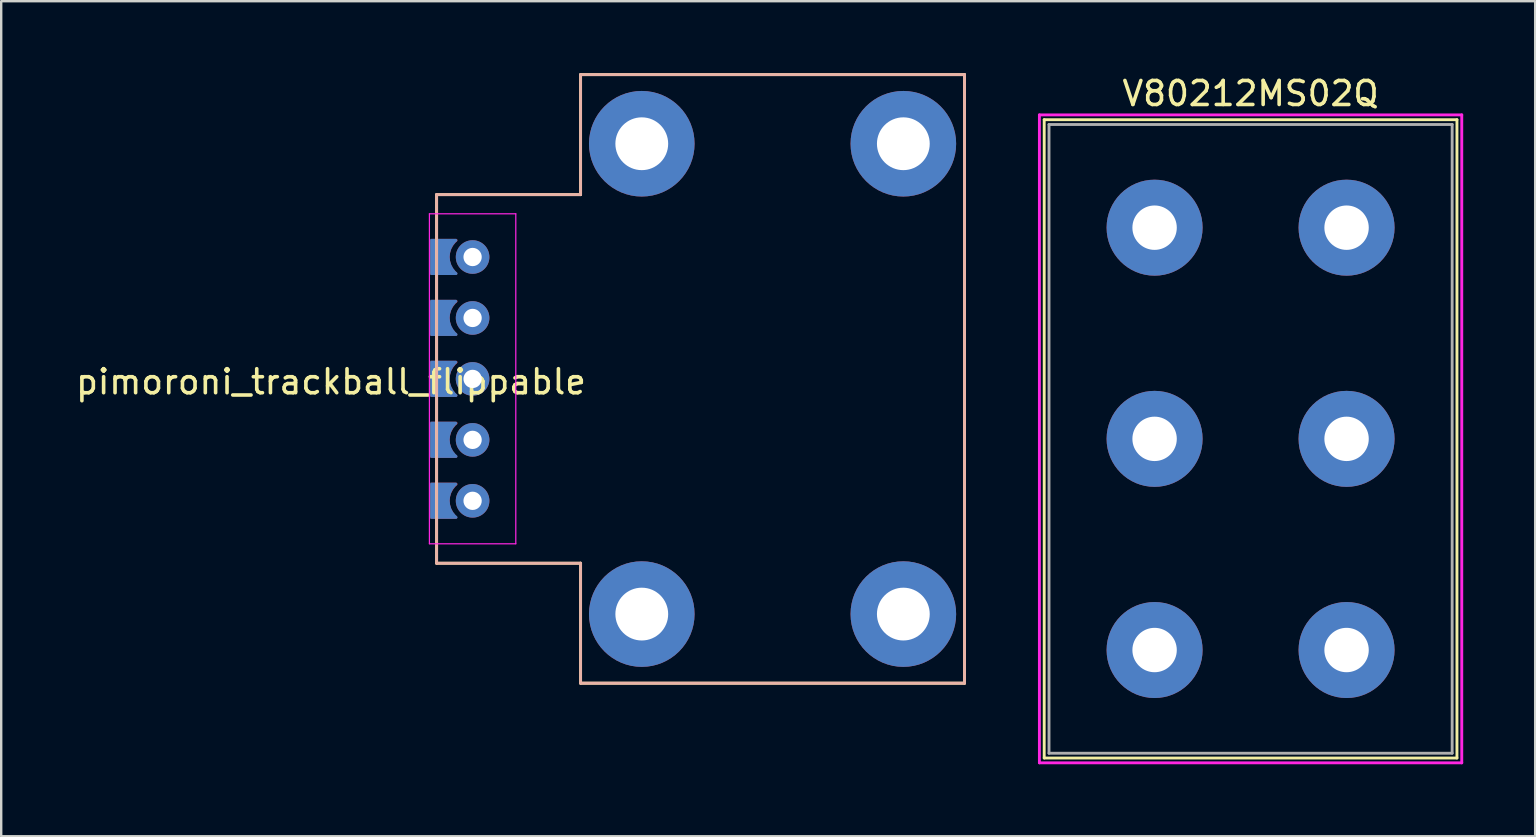
<source format=kicad_pcb>
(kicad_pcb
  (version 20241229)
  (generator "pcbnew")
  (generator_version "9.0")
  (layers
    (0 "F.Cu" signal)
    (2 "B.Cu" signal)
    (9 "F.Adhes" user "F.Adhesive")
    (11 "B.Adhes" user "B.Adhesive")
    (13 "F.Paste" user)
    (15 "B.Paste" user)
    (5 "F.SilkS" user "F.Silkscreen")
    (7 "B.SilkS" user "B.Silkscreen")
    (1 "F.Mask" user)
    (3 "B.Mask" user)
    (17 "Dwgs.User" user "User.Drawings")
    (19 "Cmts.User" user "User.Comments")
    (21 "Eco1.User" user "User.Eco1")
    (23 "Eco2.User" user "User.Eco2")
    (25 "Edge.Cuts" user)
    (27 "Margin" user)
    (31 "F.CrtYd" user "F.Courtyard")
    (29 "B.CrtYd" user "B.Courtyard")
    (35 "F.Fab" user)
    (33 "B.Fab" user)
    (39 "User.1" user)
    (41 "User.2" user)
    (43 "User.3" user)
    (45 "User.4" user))
  (footprint "V80212MS02Q"
    (layer "F.Cu")
    (at 49.064 15.238)
    (property "Reference" "V80212MS02Q" (at 0 -14.39 0) (layer "F.SilkS") (effects (font (size 1 1) (thickness 0.15))))
    (attr through_hole)
    (fp_line (start -8.6 -13.3) (end -8.6 13.3) (stroke (width 0.12) (type solid)) (layer "F.SilkS"))
    (fp_line (start -8.6 13.3) (end 8.6 13.3) (stroke (width 0.12) (type solid)) (layer "F.SilkS"))
    (fp_line (start 8.6 -13.3) (end -8.6 -13.3) (stroke (width 0.12) (type solid)) (layer "F.SilkS"))
    (fp_line (start 8.6 13.3) (end 8.6 -13.3) (stroke (width 0.12) (type solid)) (layer "F.SilkS"))
    (fp_line (start -8.8 -13.5) (end -8.8 13.5) (stroke (width 0.12) (type solid)) (layer "F.CrtYd"))
    (fp_line (start -8.8 13.5) (end 8.8 13.5) (stroke (width 0.12) (type solid)) (layer "F.CrtYd"))
    (fp_line (start 8.8 -13.5) (end -8.8 -13.5) (stroke (width 0.12) (type solid)) (layer "F.CrtYd"))
    (fp_line (start 8.8 13.5) (end 8.8 -13.5) (stroke (width 0.12) (type solid)) (layer "F.CrtYd"))
    (fp_line (start -8.4 -13.1) (end 8.4 -13.1) (stroke (width 0.12) (type solid)) (layer "F.Fab"))
    (fp_line (start -8.4 13.1) (end -8.4 -13.1) (stroke (width 0.12) (type solid)) (layer "F.Fab"))
    (fp_line (start 8.4 13.1) (end -8.4 13.1) (stroke (width 0.12) (type solid)) (layer "F.Fab"))
    (fp_line (start 8.4 13.1) (end 8.4 -13.1) (stroke (width 0.12) (type solid)) (layer "F.Fab"))
    (pad "1" thru_hole circle (at -4 -8.8) (size 4 4) (drill 1.85) (layers "*.Cu" "*.Mask"))
    (pad "2" thru_hole circle (at -4 0) (size 4 4) (drill 1.85) (layers "*.Cu" "*.Mask"))
    (pad "3" thru_hole circle (at -4 8.8) (size 4 4) (drill 1.85) (layers "*.Cu" "*.Mask"))
    (pad "4" thru_hole circle (at 4 -8.8) (size 4 4) (drill 1.85) (layers "*.Cu" "*.Mask"))
    (pad "5" thru_hole circle (at 4 0) (size 4 4) (drill 1.85) (layers "*.Cu" "*.Mask"))
    (pad "6" thru_hole circle (at 4 8.8) (size 4 4) (drill 1.85) (layers "*.Cu" "*.Mask")))
  (footprint "pimoroni_trackball_flippable"
    (layer "F.Cu")
    (at 29.144 12.74)
    (property "Reference" "pimoroni_trackball_flippable" (at -18.4 0.12 0) (layer "F.SilkS") (effects (font (size 1 1) (thickness 0.15))))
    (attr through_hole)
    (fp_line (start -14 -7.68) (end -14 7.68) (stroke (width 0.12) (type solid)) (layer "F.SilkS"))
    (fp_line (start -14 -7.68) (end -8 -7.68) (stroke (width 0.12) (type solid)) (layer "F.SilkS"))
    (fp_line (start -14 7.68) (end -8 7.68) (stroke (width 0.12) (type solid)) (layer "F.SilkS"))
    (fp_line (start -8 -12.68) (end 8 -12.68) (stroke (width 0.12) (type solid)) (layer "F.SilkS"))
    (fp_line (start -8 -7.68) (end -8 -12.68) (stroke (width 0.12) (type solid)) (layer "F.SilkS"))
    (fp_line (start -8 7.68) (end -8 12.68) (stroke (width 0.12) (type solid)) (layer "F.SilkS"))
    (fp_line (start 8 12.68) (end -8 12.68) (stroke (width 0.12) (type solid)) (layer "F.SilkS"))
    (fp_line (start 8 12.68) (end 8 -12.68) (stroke (width 0.12) (type solid)) (layer "F.SilkS"))
    (fp_line (start -14 -7.68) (end -8 -7.68) (stroke (width 0.12) (type solid)) (layer "B.SilkS"))
    (fp_line (start -14 7.68) (end -14 -7.68) (stroke (width 0.12) (type solid)) (layer "B.SilkS"))
    (fp_line (start -14 7.68) (end -8 7.68) (stroke (width 0.12) (type solid)) (layer "B.SilkS"))
    (fp_line (start -8 -7.68) (end -8 -12.68) (stroke (width 0.12) (type solid)) (layer "B.SilkS"))
    (fp_line (start -8 7.68) (end -8 12.68) (stroke (width 0.12) (type solid)) (layer "B.SilkS"))
    (fp_line (start -8 12.68) (end 8 12.68) (stroke (width 0.12) (type solid)) (layer "B.SilkS"))
    (fp_line (start 8 -12.68) (end -8 -12.68) (stroke (width 0.12) (type solid)) (layer "B.SilkS"))
    (fp_line (start 8 -12.68) (end 8 12.68) (stroke (width 0.12) (type solid)) (layer "B.SilkS"))
    (fp_line (start -14.3 -6.88) (end -14.3 6.87) (stroke (width 0.05) (type solid)) (layer "F.CrtYd"))
    (fp_line (start -14.3 6.87) (end -10.7 6.87) (stroke (width 0.05) (type solid)) (layer "F.CrtYd"))
    (fp_line (start -10.7 -6.88) (end -14.3 -6.88) (stroke (width 0.05) (type solid)) (layer "F.CrtYd"))
    (fp_line (start -10.7 6.87) (end -10.7 -6.88) (stroke (width 0.05) (type solid)) (layer "F.CrtYd"))
    (pad "" smd custom (at -13.858 2.533) (size 0.8 1.5) (layers "B.Cu" "B.Mask") (options (anchor rect)) (primitives (gr_poly (pts (xy 0.56 -0.67) (xy 0.34 -0.67) (xy 0.34 -0.3)) (width 0.1) (fill yes)) (gr_line (start 0.67 0.697) (end -0.35 0.697) (width 0.12)) (gr_poly (pts (xy 0.54 0.67) (xy 0.32 0.67) (xy 0.32 0.3)) (width 0.1) (fill yes)) (gr_line (start -0.35 0.697) (end -0.35 -0.69) (width 0.12)) (gr_arc (start 0.67 0.697) (mid 0.346836 0.006416) (end 0.660264 -0.68864) (width 0.12)) (gr_line (start -0.35 -0.69) (end 0.66 -0.69) (width 0.12))))
    (pad "" smd custom (at -13.857 -2.538) (size 0.8 1.5) (layers "F.Cu" "F.Mask") (options (anchor rect)) (primitives (gr_poly (pts (xy 0.56 0.67) (xy 0.34 0.67) (xy 0.34 0.3)) (width 0.1) (fill yes)) (gr_line (start 0.67 -0.697) (end -0.35 -0.697) (width 0.12)) (gr_poly (pts (xy 0.54 -0.67) (xy 0.32 -0.67) (xy 0.32 -0.3)) (width 0.1) (fill yes)) (gr_line (start -0.35 -0.697) (end -0.35 0.69) (width 0.12)) (gr_arc (start 0.660264 0.68864) (mid 0.346837 -0.006416) (end 0.67 -0.697) (width 0.12)) (gr_line (start -0.35 0.69) (end 0.66 0.69) (width 0.12))))
    (pad "" thru_hole circle (at -12.5 -5.08) (size 1.4 1.4) (drill 0.762) (layers "*.Cu" "*.Mask"))
    (pad "" thru_hole circle (at -12.5 -2.54) (size 1.4 1.4) (drill 0.762) (layers "*.Cu" "*.Mask"))
    (pad "" thru_hole circle (at -12.5 0) (size 1.4 1.4) (drill 0.762) (layers "*.Cu" "*.Mask"))
    (pad "" thru_hole circle (at -12.5 2.54) (size 1.4 1.4) (drill 0.762) (layers "*.Cu" "*.Mask"))
    (pad "" thru_hole circle (at -12.5 5.08) (size 1.4 1.4) (drill 0.762) (layers "*.Cu" "*.Mask"))
    (pad "" thru_hole circle (at -5.45 -9.8 180) (size 4.4 4.4) (drill 2.2) (layers "*.Cu" "*.Mask"))
    (pad "" thru_hole circle (at -5.45 9.8) (size 4.4 4.4) (drill 2.2) (layers "*.Cu" "*.Mask"))
    (pad "" thru_hole circle (at 5.45 -9.8 180) (size 4.4 4.4) (drill 2.2) (layers "*.Cu" "*.Mask"))
    (pad "" thru_hole circle (at 5.45 9.8) (size 4.4 4.4) (drill 2.2) (layers "*.Cu" "*.Mask"))
    (pad "1" smd custom (at -13.858 -5.087) (size 0.8 1.5) (layers "B.Cu" "B.Mask") (options (anchor rect)) (primitives (gr_poly (pts (xy 0.56 -0.67) (xy 0.34 -0.67) (xy 0.34 -0.3)) (width 0.1) (fill yes)) (gr_line (start 0.67 0.697) (end -0.35 0.697) (width 0.12)) (gr_poly (pts (xy 0.54 0.67) (xy 0.32 0.67) (xy 0.32 0.3)) (width 0.1) (fill yes)) (gr_line (start -0.35 0.697) (end -0.35 -0.69) (width 0.12)) (gr_arc (start 0.67 0.697) (mid 0.346836 0.006416) (end 0.660264 -0.68864) (width 0.12)) (gr_line (start -0.35 -0.69) (end 0.66 -0.69) (width 0.12))))
    (pad "1" smd custom (at -13.857 5.082) (size 0.8 1.5) (layers "F.Cu" "F.Mask") (options (anchor rect)) (primitives (gr_poly (pts (xy 0.56 0.67) (xy 0.34 0.67) (xy 0.34 0.3)) (width 0.1) (fill yes)) (gr_line (start 0.67 -0.697) (end -0.35 -0.697) (width 0.12)) (gr_poly (pts (xy 0.54 -0.67) (xy 0.32 -0.67) (xy 0.32 -0.3)) (width 0.1) (fill yes)) (gr_line (start -0.35 -0.697) (end -0.35 0.69) (width 0.12)) (gr_arc (start 0.660264 0.68864) (mid 0.346837 -0.006416) (end 0.67 -0.697) (width 0.12)) (gr_line (start -0.35 0.69) (end 0.66 0.69) (width 0.12))))
    (pad "2" smd custom (at -13.858 -2.547) (size 0.8 1.5) (layers "B.Cu" "B.Mask") (options (anchor rect)) (primitives (gr_poly (pts (xy 0.56 -0.67) (xy 0.34 -0.67) (xy 0.34 -0.3)) (width 0.1) (fill yes)) (gr_line (start 0.67 0.697) (end -0.35 0.697) (width 0.12)) (gr_poly (pts (xy 0.54 0.67) (xy 0.32 0.67) (xy 0.32 0.3)) (width 0.1) (fill yes)) (gr_line (start -0.35 0.697) (end -0.35 -0.69) (width 0.12)) (gr_arc (start 0.67 0.697) (mid 0.346836 0.006416) (end 0.660264 -0.68864) (width 0.12)) (gr_line (start -0.35 -0.69) (end 0.66 -0.69) (width 0.12))))
    (pad "2" smd custom (at -13.857 2.542) (size 0.8 1.5) (layers "F.Cu" "F.Mask") (options (anchor rect)) (primitives (gr_poly (pts (xy 0.56 0.67) (xy 0.34 0.67) (xy 0.34 0.3)) (width 0.1) (fill yes)) (gr_line (start 0.67 -0.697) (end -0.35 -0.697) (width 0.12)) (gr_poly (pts (xy 0.54 -0.67) (xy 0.32 -0.67) (xy 0.32 -0.3)) (width 0.1) (fill yes)) (gr_line (start -0.35 -0.697) (end -0.35 0.69) (width 0.12)) (gr_arc (start 0.660264 0.68864) (mid 0.346837 -0.006416) (end 0.67 -0.697) (width 0.12)) (gr_line (start -0.35 0.69) (end 0.66 0.69) (width 0.12))))
    (pad "3" smd custom (at -13.858 -0.007) (size 0.8 1.5) (layers "B.Cu" "B.Mask") (options (anchor rect)) (primitives (gr_poly (pts (xy 0.56 -0.67) (xy 0.34 -0.67) (xy 0.34 -0.3)) (width 0.1) (fill yes)) (gr_line (start 0.67 0.697) (end -0.35 0.697) (width 0.12)) (gr_poly (pts (xy 0.54 0.67) (xy 0.32 0.67) (xy 0.32 0.3)) (width 0.1) (fill yes)) (gr_line (start -0.35 0.697) (end -0.35 -0.69) (width 0.12)) (gr_arc (start 0.67 0.697) (mid 0.346836 0.006416) (end 0.660264 -0.68864) (width 0.12)) (gr_line (start -0.35 -0.69) (end 0.66 -0.69) (width 0.12))))
    (pad "3" smd custom (at -13.857 0.002) (size 0.8 1.5) (layers "F.Cu" "F.Mask") (options (anchor rect)) (primitives (gr_poly (pts (xy 0.56 0.67) (xy 0.34 0.67) (xy 0.34 0.3)) (width 0.1) (fill yes)) (gr_line (start 0.67 -0.697) (end -0.35 -0.697) (width 0.12)) (gr_poly (pts (xy 0.54 -0.67) (xy 0.32 -0.67) (xy 0.32 -0.3)) (width 0.1) (fill yes)) (gr_line (start -0.35 -0.697) (end -0.35 0.69) (width 0.12)) (gr_arc (start 0.660264 0.68864) (mid 0.346837 -0.006416) (end 0.67 -0.697) (width 0.12)) (gr_line (start -0.35 0.69) (end 0.66 0.69) (width 0.12))))
    (pad "5" smd custom (at -13.858 5.073) (size 0.8 1.5) (layers "B.Cu" "B.Mask") (options (anchor rect)) (primitives (gr_poly (pts (xy 0.56 -0.67) (xy 0.34 -0.67) (xy 0.34 -0.3)) (width 0.1) (fill yes)) (gr_line (start 0.67 0.697) (end -0.35 0.697) (width 0.12)) (gr_poly (pts (xy 0.54 0.67) (xy 0.32 0.67) (xy 0.32 0.3)) (width 0.1) (fill yes)) (gr_line (start -0.35 0.697) (end -0.35 -0.69) (width 0.12)) (gr_arc (start 0.67 0.697) (mid 0.346836 0.006416) (end 0.660264 -0.68864) (width 0.12)) (gr_line (start -0.35 -0.69) (end 0.66 -0.69) (width 0.12))))
    (pad "5" smd custom (at -13.857 -5.079) (size 0.8 1.5) (layers "F.Cu" "F.Mask") (options (anchor rect)) (primitives (gr_poly (pts (xy 0.56 0.67) (xy 0.34 0.67) (xy 0.34 0.3)) (width 0.1) (fill yes)) (gr_line (start 0.67 -0.697) (end -0.35 -0.697) (width 0.12)) (gr_poly (pts (xy 0.54 -0.67) (xy 0.32 -0.67) (xy 0.32 -0.3)) (width 0.1) (fill yes)) (gr_line (start -0.35 -0.697) (end -0.35 0.69) (width 0.12)) (gr_arc (start 0.660264 0.68864) (mid 0.346837 -0.006416) (end 0.67 -0.697) (width 0.12)) (gr_line (start -0.35 0.69) (end 0.66 0.69) (width 0.12)))))
  (gr_rect
    (start -3 -3)
    (end 60.924 31.798)
    (stroke (width 0.1) (type default))
    (fill no)
    (layer "Edge.Cuts")))
</source>
